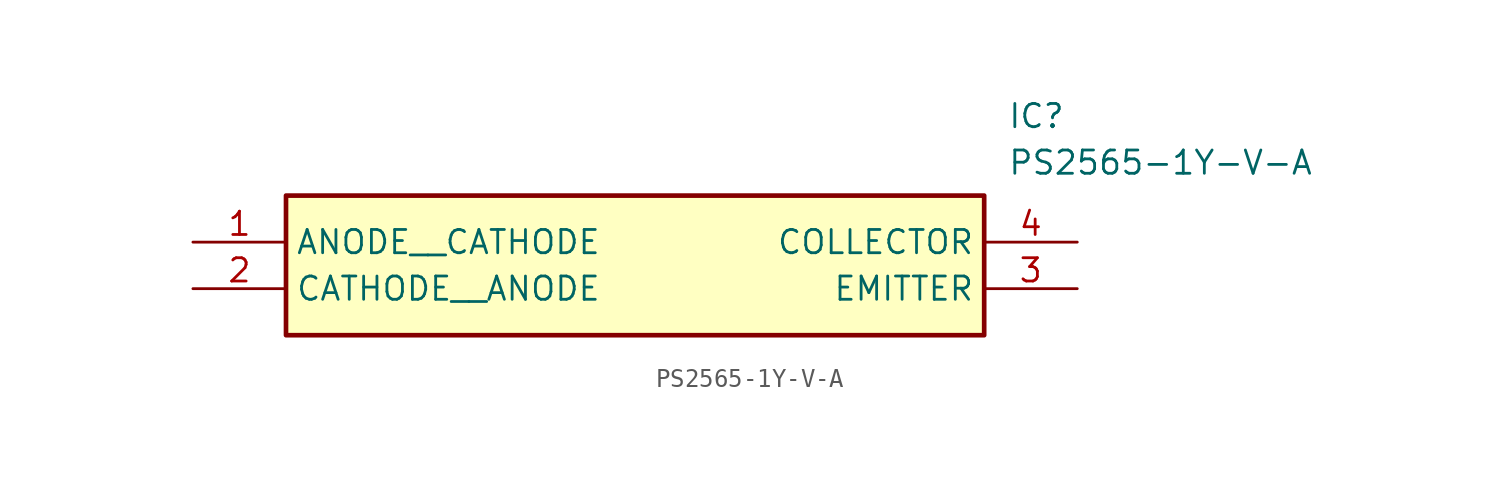
<source format=kicad_sym>
(kicad_symbol_lib
  (version 20211014)
  (generator SamacSys_ECAD_Model)
  (symbol "PS2565-1Y-V-A"
    (property "Reference" "IC"
      (at 44.45 7.62 0)
      (effects (font (size 1.27 1.27)) (justify left top)))
    (property "Value" "PS2565-1Y-V-A"
      (at 44.45 5.08 0)
      (effects (font (size 1.27 1.27)) (justify left top)))
    (rectangle
      (start 5.08 2.54)
      (end 43.18 -5.08)
      (stroke (width 0.254) (type default))
      (fill (type background)))
    (pin passive line
      (at 0 0 0)
      (length 5.08)
      (name "ANODE__CATHODE" (effects (font (size 1.27 1.27))))
      (number "1" (effects (font (size 1.27 1.27)))))
    (pin passive line
      (at 0 -2.54 0)
      (length 5.08)
      (name "CATHODE__ANODE" (effects (font (size 1.27 1.27))))
      (number "2" (effects (font (size 1.27 1.27)))))
    (pin passive line
      (at 48.26 0 180)
      (length 5.08)
      (name "COLLECTOR" (effects (font (size 1.27 1.27))))
      (number "4" (effects (font (size 1.27 1.27)))))
    (pin passive line
      (at 48.26 -2.54 180)
      (length 5.08)
      (name "EMITTER" (effects (font (size 1.27 1.27))))
      (number "3" (effects (font (size 1.27 1.27)))))))
</source>
